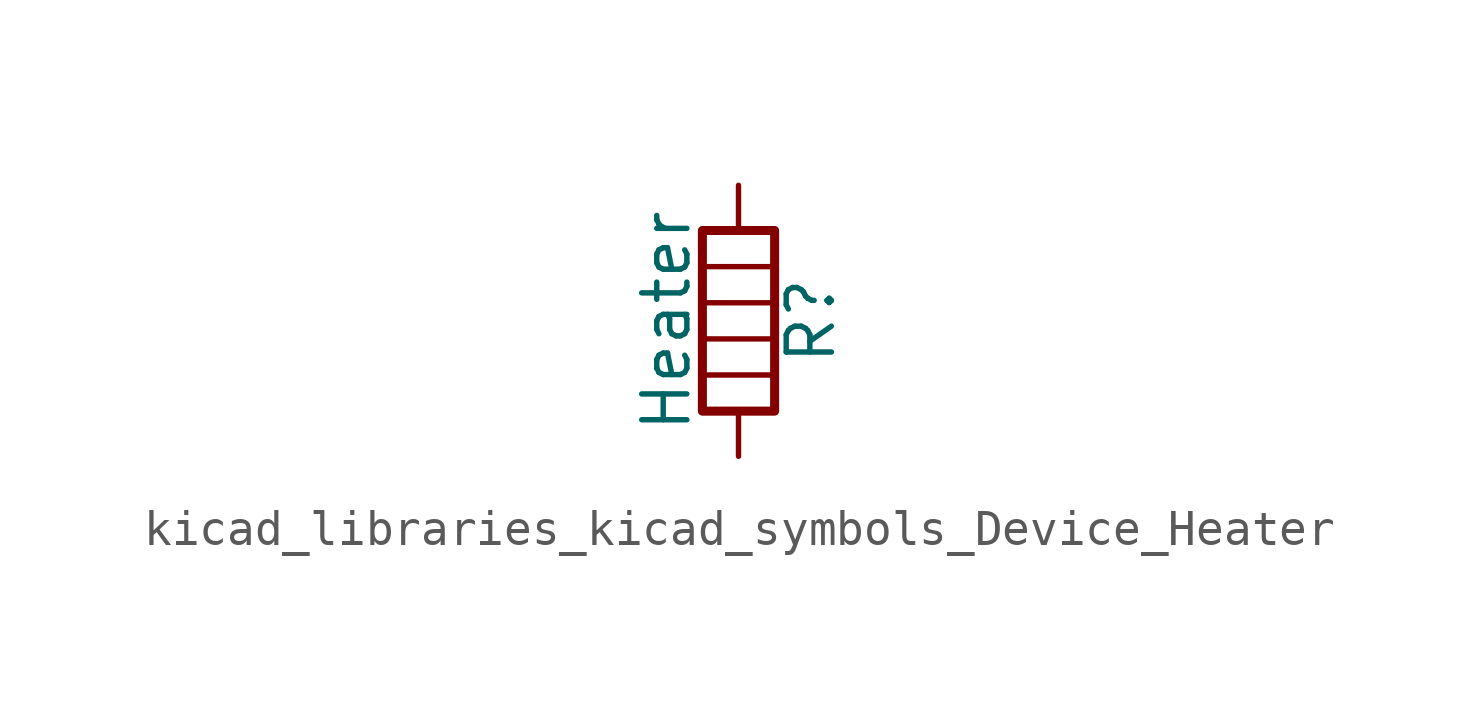
<source format=kicad_sym>
(kicad_symbol_lib
  (version 20220914)
  (generator kicad_symbol_editor)
  (symbol "kicad_libraries_kicad_symbols_Device_Heater"
    (pin_numbers hide)
    (pin_names
      (offset 0))
    (property "Reference" "R"
      (at 2.032 0 90)
      (effects (font (size 1.27 1.27))))
    (property "Value" "Heater"
      (at -2.032 0 90)
      (effects (font (size 1.27 1.27))))
    (symbol "kicad_libraries_kicad_symbols_Device_Heater_0_1"
      (rectangle (start -1.016 -2.54) (end 1.016 2.54) (stroke (width 0.254) (type default)) (fill (type none)))
      (polyline (pts (xy -1.016 1.524) (xy 1.016 1.524)) (stroke (width 0) (type default)) (fill (type none)))
      (polyline (pts (xy 1.016 -1.524) (xy -1.016 -1.524)) (stroke (width 0) (type default)) (fill (type none)))
      (polyline (pts (xy 1.016 -0.508) (xy -1.016 -0.508)) (stroke (width 0) (type default)) (fill (type none)))
      (polyline (pts (xy 1.016 0.508) (xy -1.016 0.508)) (stroke (width 0) (type default)) (fill (type none))))
    (symbol "kicad_libraries_kicad_symbols_Device_Heater_1_1"
      (pin passive line (at 0 3.81 270) (length 1.27) (name "~" (effects (font (size 1.27 1.27)))) (number "1" (effects (font (size 1.27 1.27)))))
      (pin passive line (at 0 -3.81 90) (length 1.27) (name "~" (effects (font (size 1.27 1.27)))) (number "2" (effects (font (size 1.27 1.27))))))))
</source>
